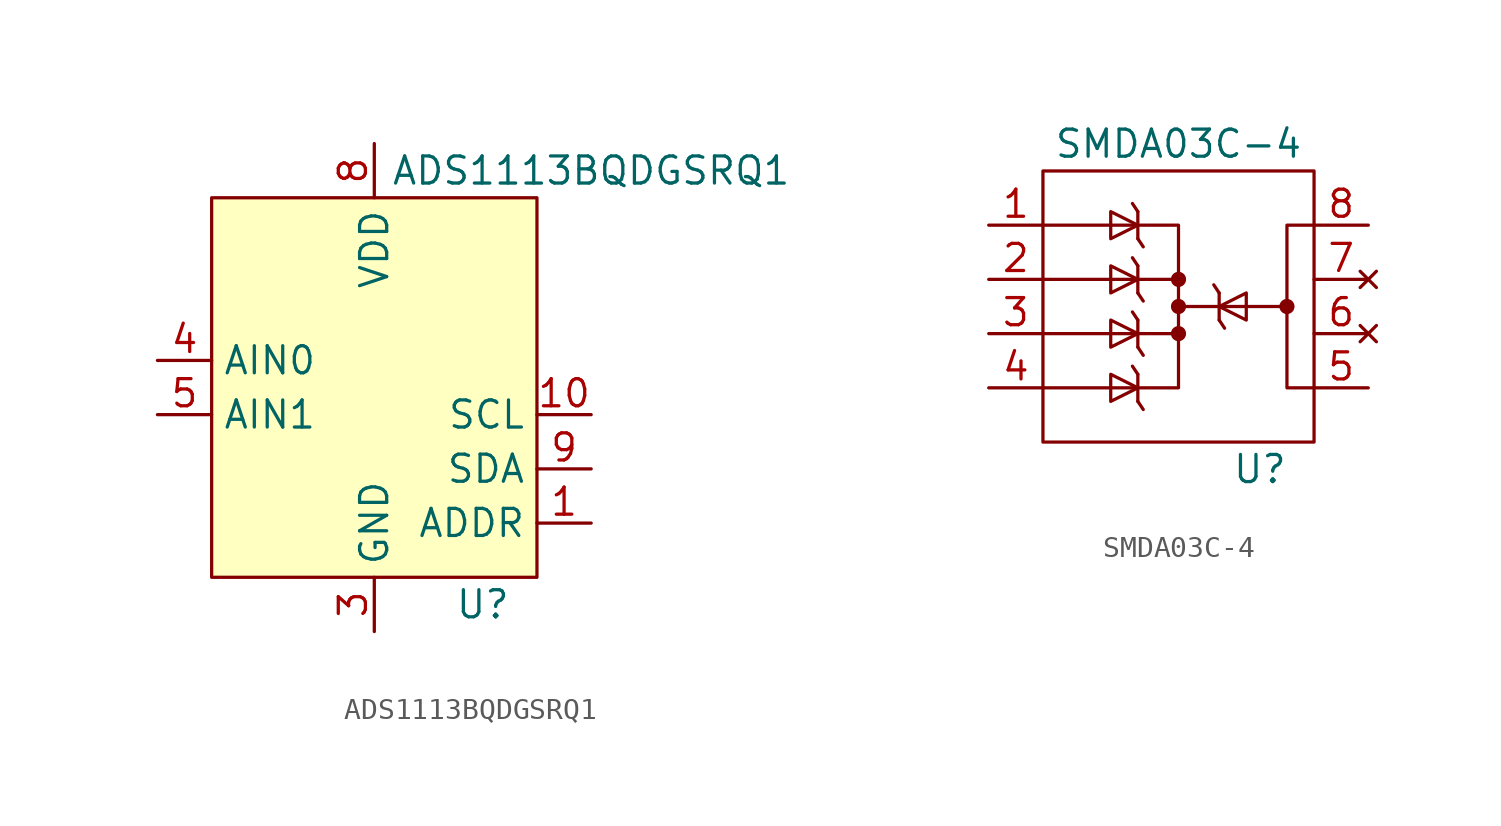
<source format=kicad_sym>
(kicad_symbol_lib
  (version 20211014)
  (generator kicad_symbol_editor)
  (symbol "ADS1113BQDGSRQ1"
    (property "Reference" "U"
      (at 5.08 -3.81 0)
      (effects (font (size 1.27 1.27))))
    (property "Value" "ADS1113BQDGSRQ1"
      (at 10.16 16.51 0)
      (effects (font (size 1.27 1.27))))
    (symbol "ADS1113BQDGSRQ1_0_1"
      (rectangle (start -7.62 15.24) (end 7.62 -2.54) (stroke (width 0) (type default) (color 0 0 0 0)) (fill (type background))))
    (symbol "ADS1113BQDGSRQ1_1_1"
      (pin input line (at 10.16 0 180) (length 2.54) (name "ADDR" (effects (font (size 1.27 1.27)))) (number "1" (effects (font (size 1.27 1.27)))))
      (pin input line (at 10.16 5.08 180) (length 2.54) (name "SCL" (effects (font (size 1.27 1.27)))) (number "10" (effects (font (size 1.27 1.27)))))
      (pin no_connect line (at 10.16 12.7 180) (length 2.54) hide (name "" (effects (font (size 1.27 1.27)))) (number "2" (effects (font (size 1.27 1.27)))))
      (pin power_in line (at 0 -5.08 90) (length 2.54) (name "GND" (effects (font (size 1.27 1.27)))) (number "3" (effects (font (size 1.27 1.27)))))
      (pin input line (at -10.16 7.62 0) (length 2.54) (name "AIN0" (effects (font (size 1.27 1.27)))) (number "4" (effects (font (size 1.27 1.27)))))
      (pin input line (at -10.16 5.08 0) (length 2.54) (name "AIN1" (effects (font (size 1.27 1.27)))) (number "5" (effects (font (size 1.27 1.27)))))
      (pin no_connect line (at 10.16 10.16 180) (length 2.54) hide (name "" (effects (font (size 1.27 1.27)))) (number "6" (effects (font (size 1.27 1.27)))))
      (pin no_connect line (at 10.16 7.62 180) (length 2.54) hide (name "" (effects (font (size 1.27 1.27)))) (number "7" (effects (font (size 1.27 1.27)))))
      (pin power_in line (at 0 17.78 270) (length 2.54) (name "VDD" (effects (font (size 1.27 1.27)))) (number "8" (effects (font (size 1.27 1.27)))))
      (pin bidirectional line (at 10.16 2.54 180) (length 2.54) (name "SDA" (effects (font (size 1.27 1.27)))) (number "9" (effects (font (size 1.27 1.27)))))))
  (symbol "SMDA03C-4"
    (property "Reference" "U"
      (at 3.81 -7.62 0)
      (effects (font (size 1.27 1.27))))
    (property "Value" "SMDA03C-4"
      (at 0 7.62 0)
      (effects (font (size 1.27 1.27))))
    (symbol "SMDA03C-4_0_1"
      (circle (center 0 -1.27) (radius 0.279) (stroke (width 0) (type default) (color 0 0 0 0)) (fill (type outline)))
      (polyline (pts (xy -6.35 -1.27) (xy 0 -1.27)) (stroke (width 0) (type default) (color 0 0 0 0)) (fill (type none)))
      (polyline (pts (xy -6.35 1.27) (xy 0 1.27)) (stroke (width 0) (type default) (color 0 0 0 0)) (fill (type none)))
      (polyline (pts (xy -1.905 -4.445) (xy -1.905 -3.175)) (stroke (width 0) (type default) (color 0 0 0 0)) (fill (type none)))
      (polyline (pts (xy -1.905 -4.445) (xy -1.651 -4.826)) (stroke (width 0) (type default) (color 0 0 0 0)) (fill (type none)))
      (polyline (pts (xy -1.905 -3.175) (xy -2.159 -2.794)) (stroke (width 0) (type default) (color 0 0 0 0)) (fill (type none)))
      (polyline (pts (xy -1.905 -1.905) (xy -1.905 -0.635)) (stroke (width 0) (type default) (color 0 0 0 0)) (fill (type none)))
      (polyline (pts (xy -1.905 -1.905) (xy -1.651 -2.286)) (stroke (width 0) (type default) (color 0 0 0 0)) (fill (type none)))
      (polyline (pts (xy -1.905 -0.635) (xy -2.159 -0.254)) (stroke (width 0) (type default) (color 0 0 0 0)) (fill (type none)))
      (polyline (pts (xy -1.905 0.635) (xy -1.905 1.905)) (stroke (width 0) (type default) (color 0 0 0 0)) (fill (type none)))
      (polyline (pts (xy -1.905 0.635) (xy -1.651 0.254)) (stroke (width 0) (type default) (color 0 0 0 0)) (fill (type none)))
      (polyline (pts (xy -1.905 1.905) (xy -2.159 2.286)) (stroke (width 0) (type default) (color 0 0 0 0)) (fill (type none)))
      (polyline (pts (xy -1.905 3.175) (xy -1.905 4.445)) (stroke (width 0) (type default) (color 0 0 0 0)) (fill (type none)))
      (polyline (pts (xy -1.905 3.175) (xy -1.651 2.794)) (stroke (width 0) (type default) (color 0 0 0 0)) (fill (type none)))
      (polyline (pts (xy -1.905 4.445) (xy -2.159 4.826)) (stroke (width 0) (type default) (color 0 0 0 0)) (fill (type none)))
      (polyline (pts (xy 0 0) (xy 5.08 0)) (stroke (width 0) (type default) (color 0 0 0 0)) (fill (type none)))
      (polyline (pts (xy 1.905 -0.635) (xy 2.159 -1.016)) (stroke (width 0) (type default) (color 0 0 0 0)) (fill (type none)))
      (polyline (pts (xy 1.905 0.635) (xy 1.651 1.016)) (stroke (width 0) (type default) (color 0 0 0 0)) (fill (type none)))
      (polyline (pts (xy 1.905 0.635) (xy 1.905 -0.635)) (stroke (width 0) (type default) (color 0 0 0 0)) (fill (type none)))
      (polyline (pts (xy -6.35 3.81) (xy 0 3.81) (xy 0 -3.81) (xy -6.35 -3.81)) (stroke (width 0) (type default) (color 0 0 0 0)) (fill (type none)))
      (polyline (pts (xy -3.175 -4.445) (xy -3.175 -3.175) (xy -1.905 -3.81) (xy -3.175 -4.445)) (stroke (width 0) (type default) (color 0 0 0 0)) (fill (type none)))
      (polyline (pts (xy -3.175 -1.905) (xy -3.175 -0.635) (xy -1.905 -1.27) (xy -3.175 -1.905)) (stroke (width 0) (type default) (color 0 0 0 0)) (fill (type none)))
      (polyline (pts (xy -3.175 0.635) (xy -3.175 1.905) (xy -1.905 1.27) (xy -3.175 0.635)) (stroke (width 0) (type default) (color 0 0 0 0)) (fill (type none)))
      (polyline (pts (xy -3.175 3.175) (xy -3.175 4.445) (xy -1.905 3.81) (xy -3.175 3.175)) (stroke (width 0) (type default) (color 0 0 0 0)) (fill (type none)))
      (polyline (pts (xy 3.175 0.635) (xy 3.175 -0.635) (xy 1.905 0) (xy 3.175 0.635)) (stroke (width 0) (type default) (color 0 0 0 0)) (fill (type none)))
      (polyline (pts (xy 6.35 3.81) (xy 5.08 3.81) (xy 5.08 -3.81) (xy 6.35 -3.81)) (stroke (width 0) (type default) (color 0 0 0 0)) (fill (type none)))
      (polyline (pts (xy -6.35 6.35) (xy -6.35 -6.35) (xy 6.35 -6.35) (xy 6.35 6.35) (xy -6.35 6.35)) (stroke (width 0) (type default) (color 0 0 0 0)) (fill (type none)))
      (circle (center 0 0) (radius 0.279) (stroke (width 0) (type default) (color 0 0 0 0)) (fill (type outline)))
      (circle (center 0 1.27) (radius 0.279) (stroke (width 0) (type default) (color 0 0 0 0)) (fill (type outline)))
      (circle (center 5.08 0) (radius 0.279) (stroke (width 0) (type default) (color 0 0 0 0)) (fill (type outline))))
    (symbol "SMDA03C-4_1_1"
      (pin passive line (at -8.89 3.81 0) (length 2.54) (name "" (effects (font (size 1.27 1.27)))) (number "1" (effects (font (size 1.27 1.27)))))
      (pin passive line (at -8.89 1.27 0) (length 2.54) (name "" (effects (font (size 1.27 1.27)))) (number "2" (effects (font (size 1.27 1.27)))))
      (pin passive line (at -8.89 -1.27 0) (length 2.54) (name "" (effects (font (size 1.27 1.27)))) (number "3" (effects (font (size 1.27 1.27)))))
      (pin passive line (at -8.89 -3.81 0) (length 2.54) (name "" (effects (font (size 1.27 1.27)))) (number "4" (effects (font (size 1.27 1.27)))))
      (pin passive line (at 8.89 -3.81 180) (length 2.54) (name "" (effects (font (size 1.27 1.27)))) (number "5" (effects (font (size 1.27 1.27)))))
      (pin no_connect line (at 8.89 -1.27 180) (length 2.54) (name "" (effects (font (size 1.27 1.27)))) (number "6" (effects (font (size 1.27 1.27)))))
      (pin no_connect line (at 8.89 1.27 180) (length 2.54) (name "" (effects (font (size 1.27 1.27)))) (number "7" (effects (font (size 1.27 1.27)))))
      (pin passive line (at 8.89 3.81 180) (length 2.54) (name "" (effects (font (size 1.27 1.27)))) (number "8" (effects (font (size 1.27 1.27))))))))
</source>
